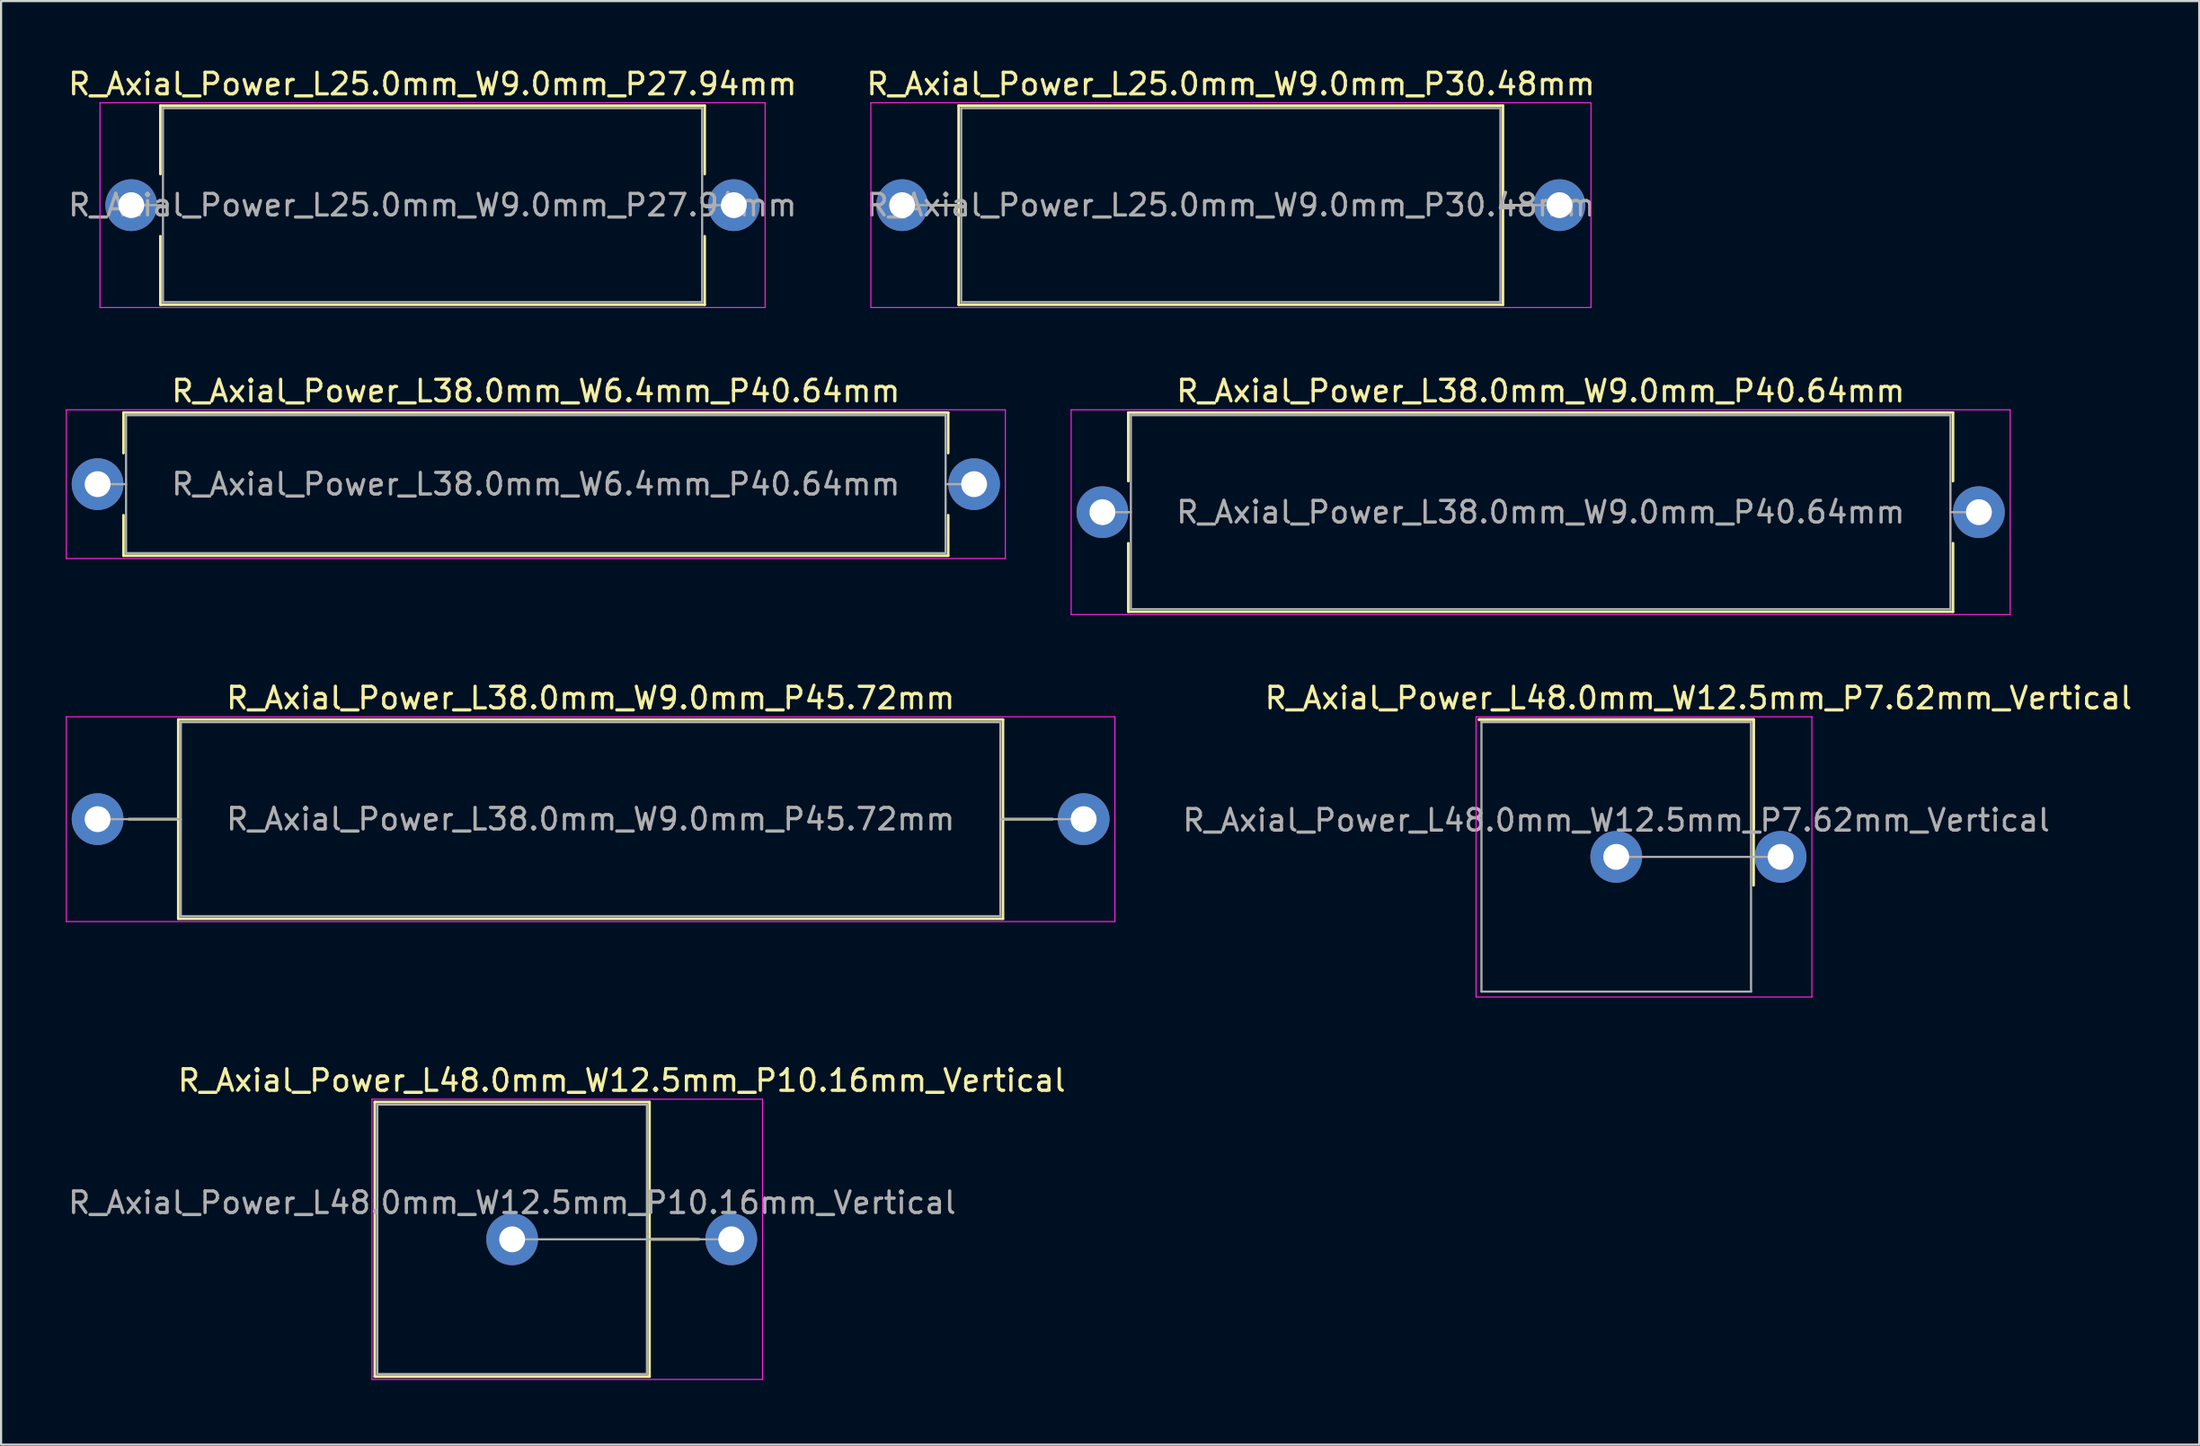
<source format=kicad_pcb>
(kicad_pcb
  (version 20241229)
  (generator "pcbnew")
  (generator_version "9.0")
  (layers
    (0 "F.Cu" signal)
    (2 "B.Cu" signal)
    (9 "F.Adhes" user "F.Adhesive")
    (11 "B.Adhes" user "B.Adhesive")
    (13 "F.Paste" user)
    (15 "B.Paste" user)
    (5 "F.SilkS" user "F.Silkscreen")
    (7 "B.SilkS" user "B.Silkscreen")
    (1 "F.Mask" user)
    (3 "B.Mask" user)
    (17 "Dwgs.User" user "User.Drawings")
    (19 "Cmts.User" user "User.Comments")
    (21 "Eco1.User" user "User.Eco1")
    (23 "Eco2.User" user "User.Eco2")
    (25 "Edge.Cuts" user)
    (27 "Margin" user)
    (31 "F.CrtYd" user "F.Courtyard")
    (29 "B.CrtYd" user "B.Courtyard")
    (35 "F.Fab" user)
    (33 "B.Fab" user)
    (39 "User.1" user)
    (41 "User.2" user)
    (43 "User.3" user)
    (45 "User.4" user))
  (footprint "R_Axial_Power_L48.0mm_W12.5mm_P7.62mm_Vertical"
    (layer "F.Cu")
    (at 71.89 36.705)
    (property "Reference" "R_Axial_Power_L48.0mm_W12.5mm_P7.62mm_Vertical" (at 3.81 -7.37 0) (layer "F.SilkS") (effects (font (size 1 1) (thickness 0.15))))
    (attr through_hole)
    (fp_line (start -6.37 -6.37) (end 6.37 -6.37) (stroke (width 0.12) (type solid)) (layer "F.SilkS"))
    (fp_line (start 6.37 -6.37) (end -6.37 -6.37) (stroke (width 0.12) (type solid)) (layer "F.SilkS"))
    (fp_line (start 6.37 -6.37) (end 6.37 1.32) (stroke (width 0.12) (type solid)) (layer "F.SilkS"))
    (fp_line (start 6.37 -1.32) (end 6.37 -6.37) (stroke (width 0.12) (type solid)) (layer "F.SilkS"))
    (fp_line (start -6.5 -6.5) (end -6.5 6.5) (stroke (width 0.05) (type solid)) (layer "F.CrtYd"))
    (fp_line (start -6.5 6.5) (end 9.07 6.5) (stroke (width 0.05) (type solid)) (layer "F.CrtYd"))
    (fp_line (start 9.07 -6.5) (end -6.5 -6.5) (stroke (width 0.05) (type solid)) (layer "F.CrtYd"))
    (fp_line (start 9.07 6.5) (end 9.07 -6.5) (stroke (width 0.05) (type solid)) (layer "F.CrtYd"))
    (fp_line (start -6.25 -6.25) (end -6.25 6.25) (stroke (width 0.1) (type solid)) (layer "F.Fab"))
    (fp_line (start -6.25 6.25) (end 6.25 6.25) (stroke (width 0.1) (type solid)) (layer "F.Fab"))
    (fp_line (start 0 0) (end 7.62 0) (stroke (width 0.1) (type solid)) (layer "F.Fab"))
    (fp_line (start 6.25 -6.25) (end -6.25 -6.25) (stroke (width 0.1) (type solid)) (layer "F.Fab"))
    (fp_line (start 6.25 6.25) (end 6.25 -6.25) (stroke (width 0.1) (type solid)) (layer "F.Fab"))
    (fp_text user "${REFERENCE}" (at 0 -1.7 0) (layer "F.Fab") (effects (font (size 1 1) (thickness 0.15))))
    (pad "1" thru_hole circle (at 0 0) (size 2.4 2.4) (drill 1.2) (layers "*.Cu" "*.Mask"))
    (pad "2" thru_hole oval (at 7.62 0) (size 2.4 2.4) (drill 1.2) (layers "*.Cu" "*.Mask")))
  (footprint "R_Axial_Power_L25.0mm_W9.0mm_P27.94mm"
    (layer "F.Cu")
    (at 3.036 6.468)
    (property "Reference" "R_Axial_Power_L25.0mm_W9.0mm_P27.94mm" (at 13.97 -5.62 0) (layer "F.SilkS") (effects (font (size 1 1) (thickness 0.15))))
    (attr through_hole)
    (fp_line (start 1.35 -4.62) (end 26.59 -4.62) (stroke (width 0.12) (type solid)) (layer "F.SilkS"))
    (fp_line (start 1.35 -1.44) (end 1.35 -4.62) (stroke (width 0.12) (type solid)) (layer "F.SilkS"))
    (fp_line (start 1.35 1.44) (end 1.35 4.62) (stroke (width 0.12) (type solid)) (layer "F.SilkS"))
    (fp_line (start 1.35 4.62) (end 26.59 4.62) (stroke (width 0.12) (type solid)) (layer "F.SilkS"))
    (fp_line (start 26.59 -4.62) (end 26.59 -1.44) (stroke (width 0.12) (type solid)) (layer "F.SilkS"))
    (fp_line (start 26.59 4.62) (end 26.59 1.44) (stroke (width 0.12) (type solid)) (layer "F.SilkS"))
    (fp_line (start -1.45 -4.75) (end -1.45 4.75) (stroke (width 0.05) (type solid)) (layer "F.CrtYd"))
    (fp_line (start -1.45 4.75) (end 29.39 4.75) (stroke (width 0.05) (type solid)) (layer "F.CrtYd"))
    (fp_line (start 29.39 -4.75) (end -1.45 -4.75) (stroke (width 0.05) (type solid)) (layer "F.CrtYd"))
    (fp_line (start 29.39 4.75) (end 29.39 -4.75) (stroke (width 0.05) (type solid)) (layer "F.CrtYd"))
    (fp_line (start 0 0) (end 1.47 0) (stroke (width 0.1) (type solid)) (layer "F.Fab"))
    (fp_line (start 1.47 -4.5) (end 1.47 4.5) (stroke (width 0.1) (type solid)) (layer "F.Fab"))
    (fp_line (start 1.47 4.5) (end 26.47 4.5) (stroke (width 0.1) (type solid)) (layer "F.Fab"))
    (fp_line (start 26.47 -4.5) (end 1.47 -4.5) (stroke (width 0.1) (type solid)) (layer "F.Fab"))
    (fp_line (start 26.47 4.5) (end 26.47 -4.5) (stroke (width 0.1) (type solid)) (layer "F.Fab"))
    (fp_line (start 27.94 0) (end 26.47 0) (stroke (width 0.1) (type solid)) (layer "F.Fab"))
    (fp_text user "${REFERENCE}" (at 13.97 0 0) (layer "F.Fab") (effects (font (size 1 1) (thickness 0.15))))
    (pad "1" thru_hole circle (at 0 0) (size 2.4 2.4) (drill 1.2) (layers "*.Cu" "*.Mask"))
    (pad "2" thru_hole oval (at 27.94 0) (size 2.4 2.4) (drill 1.2) (layers "*.Cu" "*.Mask")))
  (footprint "R_Axial_Power_L38.0mm_W9.0mm_P45.72mm"
    (layer "F.Cu")
    (at 1.475 34.955)
    (property "Reference" "R_Axial_Power_L38.0mm_W9.0mm_P45.72mm" (at 22.86 -5.62 0) (layer "F.SilkS") (effects (font (size 1 1) (thickness 0.15))))
    (attr through_hole)
    (fp_line (start 1.44 0) (end 3.74 0) (stroke (width 0.12) (type solid)) (layer "F.SilkS"))
    (fp_line (start 3.74 -4.62) (end 3.74 4.62) (stroke (width 0.12) (type solid)) (layer "F.SilkS"))
    (fp_line (start 3.74 4.62) (end 41.98 4.62) (stroke (width 0.12) (type solid)) (layer "F.SilkS"))
    (fp_line (start 41.98 -4.62) (end 3.74 -4.62) (stroke (width 0.12) (type solid)) (layer "F.SilkS"))
    (fp_line (start 41.98 4.62) (end 41.98 -4.62) (stroke (width 0.12) (type solid)) (layer "F.SilkS"))
    (fp_line (start 44.28 0) (end 41.98 0) (stroke (width 0.12) (type solid)) (layer "F.SilkS"))
    (fp_line (start -1.45 -4.75) (end -1.45 4.75) (stroke (width 0.05) (type solid)) (layer "F.CrtYd"))
    (fp_line (start -1.45 4.75) (end 47.17 4.75) (stroke (width 0.05) (type solid)) (layer "F.CrtYd"))
    (fp_line (start 47.17 -4.75) (end -1.45 -4.75) (stroke (width 0.05) (type solid)) (layer "F.CrtYd"))
    (fp_line (start 47.17 4.75) (end 47.17 -4.75) (stroke (width 0.05) (type solid)) (layer "F.CrtYd"))
    (fp_line (start 0 0) (end 3.86 0) (stroke (width 0.1) (type solid)) (layer "F.Fab"))
    (fp_line (start 3.86 -4.5) (end 3.86 4.5) (stroke (width 0.1) (type solid)) (layer "F.Fab"))
    (fp_line (start 3.86 4.5) (end 41.86 4.5) (stroke (width 0.1) (type solid)) (layer "F.Fab"))
    (fp_line (start 41.86 -4.5) (end 3.86 -4.5) (stroke (width 0.1) (type solid)) (layer "F.Fab"))
    (fp_line (start 41.86 4.5) (end 41.86 -4.5) (stroke (width 0.1) (type solid)) (layer "F.Fab"))
    (fp_line (start 45.72 0) (end 41.86 0) (stroke (width 0.1) (type solid)) (layer "F.Fab"))
    (fp_text user "${REFERENCE}" (at 22.86 0 0) (layer "F.Fab") (effects (font (size 1 1) (thickness 0.15))))
    (pad "1" thru_hole circle (at 0 0) (size 2.4 2.4) (drill 1.2) (layers "*.Cu" "*.Mask"))
    (pad "2" thru_hole oval (at 45.72 0) (size 2.4 2.4) (drill 1.2) (layers "*.Cu" "*.Mask")))
  (footprint "R_Axial_Power_L38.0mm_W6.4mm_P40.64mm"
    (layer "F.Cu")
    (at 1.475 19.412)
    (property "Reference" "R_Axial_Power_L38.0mm_W6.4mm_P40.64mm" (at 20.32 -4.32 0) (layer "F.SilkS") (effects (font (size 1 1) (thickness 0.15))))
    (attr through_hole)
    (fp_line (start 1.2 -3.32) (end 39.44 -3.32) (stroke (width 0.12) (type solid)) (layer "F.SilkS"))
    (fp_line (start 1.2 -1.44) (end 1.2 -3.32) (stroke (width 0.12) (type solid)) (layer "F.SilkS"))
    (fp_line (start 1.2 1.44) (end 1.2 3.32) (stroke (width 0.12) (type solid)) (layer "F.SilkS"))
    (fp_line (start 1.2 3.32) (end 39.44 3.32) (stroke (width 0.12) (type solid)) (layer "F.SilkS"))
    (fp_line (start 39.44 -3.32) (end 39.44 -1.44) (stroke (width 0.12) (type solid)) (layer "F.SilkS"))
    (fp_line (start 39.44 3.32) (end 39.44 1.44) (stroke (width 0.12) (type solid)) (layer "F.SilkS"))
    (fp_line (start -1.45 -3.45) (end -1.45 3.45) (stroke (width 0.05) (type solid)) (layer "F.CrtYd"))
    (fp_line (start -1.45 3.45) (end 42.09 3.45) (stroke (width 0.05) (type solid)) (layer "F.CrtYd"))
    (fp_line (start 42.09 -3.45) (end -1.45 -3.45) (stroke (width 0.05) (type solid)) (layer "F.CrtYd"))
    (fp_line (start 42.09 3.45) (end 42.09 -3.45) (stroke (width 0.05) (type solid)) (layer "F.CrtYd"))
    (fp_line (start 0 0) (end 1.32 0) (stroke (width 0.1) (type solid)) (layer "F.Fab"))
    (fp_line (start 1.32 -3.2) (end 1.32 3.2) (stroke (width 0.1) (type solid)) (layer "F.Fab"))
    (fp_line (start 1.32 3.2) (end 39.32 3.2) (stroke (width 0.1) (type solid)) (layer "F.Fab"))
    (fp_line (start 39.32 -3.2) (end 1.32 -3.2) (stroke (width 0.1) (type solid)) (layer "F.Fab"))
    (fp_line (start 39.32 3.2) (end 39.32 -3.2) (stroke (width 0.1) (type solid)) (layer "F.Fab"))
    (fp_line (start 40.64 0) (end 39.32 0) (stroke (width 0.1) (type solid)) (layer "F.Fab"))
    (fp_text user "${REFERENCE}" (at 20.32 0 0) (layer "F.Fab") (effects (font (size 1 1) (thickness 0.15))))
    (pad "1" thru_hole circle (at 0 0) (size 2.4 2.4) (drill 1.2) (layers "*.Cu" "*.Mask"))
    (pad "2" thru_hole oval (at 40.64 0) (size 2.4 2.4) (drill 1.2) (layers "*.Cu" "*.Mask")))
  (footprint "R_Axial_Power_L48.0mm_W12.5mm_P10.16mm_Vertical"
    (layer "F.Cu")
    (at 20.696 54.448)
    (property "Reference" "R_Axial_Power_L48.0mm_W12.5mm_P10.16mm_Vertical" (at 5.08 -7.37 0) (layer "F.SilkS") (effects (font (size 1 1) (thickness 0.15))))
    (attr through_hole)
    (fp_line (start -6.37 -6.37) (end -6.37 6.37) (stroke (width 0.12) (type solid)) (layer "F.SilkS"))
    (fp_line (start -6.37 6.37) (end 6.37 6.37) (stroke (width 0.12) (type solid)) (layer "F.SilkS"))
    (fp_line (start 6.37 -6.37) (end -6.37 -6.37) (stroke (width 0.12) (type solid)) (layer "F.SilkS"))
    (fp_line (start 6.37 0) (end 8.66 0) (stroke (width 0.12) (type solid)) (layer "F.SilkS"))
    (fp_line (start 6.37 6.37) (end 6.37 -6.37) (stroke (width 0.12) (type solid)) (layer "F.SilkS"))
    (fp_line (start -6.5 -6.5) (end -6.5 6.5) (stroke (width 0.05) (type solid)) (layer "F.CrtYd"))
    (fp_line (start -6.5 6.5) (end 11.61 6.5) (stroke (width 0.05) (type solid)) (layer "F.CrtYd"))
    (fp_line (start 11.61 -6.5) (end -6.5 -6.5) (stroke (width 0.05) (type solid)) (layer "F.CrtYd"))
    (fp_line (start 11.61 6.5) (end 11.61 -6.5) (stroke (width 0.05) (type solid)) (layer "F.CrtYd"))
    (fp_line (start -6.25 -6.25) (end -6.25 6.25) (stroke (width 0.1) (type solid)) (layer "F.Fab"))
    (fp_line (start -6.25 6.25) (end 6.25 6.25) (stroke (width 0.1) (type solid)) (layer "F.Fab"))
    (fp_line (start 0 0) (end 10.16 0) (stroke (width 0.1) (type solid)) (layer "F.Fab"))
    (fp_line (start 6.25 -6.25) (end -6.25 -6.25) (stroke (width 0.1) (type solid)) (layer "F.Fab"))
    (fp_line (start 6.25 6.25) (end 6.25 -6.25) (stroke (width 0.1) (type solid)) (layer "F.Fab"))
    (fp_text user "${REFERENCE}" (at 0 -1.7 0) (layer "F.Fab") (effects (font (size 1 1) (thickness 0.15))))
    (pad "1" thru_hole circle (at 0 0) (size 2.4 2.4) (drill 1.2) (layers "*.Cu" "*.Mask"))
    (pad "2" thru_hole oval (at 10.16 0) (size 2.4 2.4) (drill 1.2) (layers "*.Cu" "*.Mask")))
  (footprint "R_Axial_Power_L38.0mm_W9.0mm_P40.64mm"
    (layer "F.Cu")
    (at 48.065 20.712)
    (property "Reference" "R_Axial_Power_L38.0mm_W9.0mm_P40.64mm" (at 20.32 -5.62 0) (layer "F.SilkS") (effects (font (size 1 1) (thickness 0.15))))
    (attr through_hole)
    (fp_line (start 1.2 -4.62) (end 39.44 -4.62) (stroke (width 0.12) (type solid)) (layer "F.SilkS"))
    (fp_line (start 1.2 -1.44) (end 1.2 -4.62) (stroke (width 0.12) (type solid)) (layer "F.SilkS"))
    (fp_line (start 1.2 1.44) (end 1.2 4.62) (stroke (width 0.12) (type solid)) (layer "F.SilkS"))
    (fp_line (start 1.2 4.62) (end 39.44 4.62) (stroke (width 0.12) (type solid)) (layer "F.SilkS"))
    (fp_line (start 39.44 -4.62) (end 39.44 -1.44) (stroke (width 0.12) (type solid)) (layer "F.SilkS"))
    (fp_line (start 39.44 4.62) (end 39.44 1.44) (stroke (width 0.12) (type solid)) (layer "F.SilkS"))
    (fp_line (start -1.45 -4.75) (end -1.45 4.75) (stroke (width 0.05) (type solid)) (layer "F.CrtYd"))
    (fp_line (start -1.45 4.75) (end 42.09 4.75) (stroke (width 0.05) (type solid)) (layer "F.CrtYd"))
    (fp_line (start 42.09 -4.75) (end -1.45 -4.75) (stroke (width 0.05) (type solid)) (layer "F.CrtYd"))
    (fp_line (start 42.09 4.75) (end 42.09 -4.75) (stroke (width 0.05) (type solid)) (layer "F.CrtYd"))
    (fp_line (start 0 0) (end 1.32 0) (stroke (width 0.1) (type solid)) (layer "F.Fab"))
    (fp_line (start 1.32 -4.5) (end 1.32 4.5) (stroke (width 0.1) (type solid)) (layer "F.Fab"))
    (fp_line (start 1.32 4.5) (end 39.32 4.5) (stroke (width 0.1) (type solid)) (layer "F.Fab"))
    (fp_line (start 39.32 -4.5) (end 1.32 -4.5) (stroke (width 0.1) (type solid)) (layer "F.Fab"))
    (fp_line (start 39.32 4.5) (end 39.32 -4.5) (stroke (width 0.1) (type solid)) (layer "F.Fab"))
    (fp_line (start 40.64 0) (end 39.32 0) (stroke (width 0.1) (type solid)) (layer "F.Fab"))
    (fp_text user "${REFERENCE}" (at 20.32 0 0) (layer "F.Fab") (effects (font (size 1 1) (thickness 0.15))))
    (pad "1" thru_hole circle (at 0 0) (size 2.4 2.4) (drill 1.2) (layers "*.Cu" "*.Mask"))
    (pad "2" thru_hole oval (at 40.64 0) (size 2.4 2.4) (drill 1.2) (layers "*.Cu" "*.Mask")))
  (footprint "R_Axial_Power_L25.0mm_W9.0mm_P30.48mm"
    (layer "F.Cu")
    (at 38.778 6.468)
    (property "Reference" "R_Axial_Power_L25.0mm_W9.0mm_P30.48mm" (at 15.24 -5.62 0) (layer "F.SilkS") (effects (font (size 1 1) (thickness 0.15))))
    (attr through_hole)
    (fp_line (start 1.44 0) (end 2.62 0) (stroke (width 0.12) (type solid)) (layer "F.SilkS"))
    (fp_line (start 2.62 -4.62) (end 2.62 4.62) (stroke (width 0.12) (type solid)) (layer "F.SilkS"))
    (fp_line (start 2.62 4.62) (end 27.86 4.62) (stroke (width 0.12) (type solid)) (layer "F.SilkS"))
    (fp_line (start 27.86 -4.62) (end 2.62 -4.62) (stroke (width 0.12) (type solid)) (layer "F.SilkS"))
    (fp_line (start 27.86 4.62) (end 27.86 -4.62) (stroke (width 0.12) (type solid)) (layer "F.SilkS"))
    (fp_line (start 29.04 0) (end 27.86 0) (stroke (width 0.12) (type solid)) (layer "F.SilkS"))
    (fp_line (start -1.45 -4.75) (end -1.45 4.75) (stroke (width 0.05) (type solid)) (layer "F.CrtYd"))
    (fp_line (start -1.45 4.75) (end 31.94 4.75) (stroke (width 0.05) (type solid)) (layer "F.CrtYd"))
    (fp_line (start 31.94 -4.75) (end -1.45 -4.75) (stroke (width 0.05) (type solid)) (layer "F.CrtYd"))
    (fp_line (start 31.94 4.75) (end 31.94 -4.75) (stroke (width 0.05) (type solid)) (layer "F.CrtYd"))
    (fp_line (start 0 0) (end 2.74 0) (stroke (width 0.1) (type solid)) (layer "F.Fab"))
    (fp_line (start 2.74 -4.5) (end 2.74 4.5) (stroke (width 0.1) (type solid)) (layer "F.Fab"))
    (fp_line (start 2.74 4.5) (end 27.74 4.5) (stroke (width 0.1) (type solid)) (layer "F.Fab"))
    (fp_line (start 27.74 -4.5) (end 2.74 -4.5) (stroke (width 0.1) (type solid)) (layer "F.Fab"))
    (fp_line (start 27.74 4.5) (end 27.74 -4.5) (stroke (width 0.1) (type solid)) (layer "F.Fab"))
    (fp_line (start 30.48 0) (end 27.74 0) (stroke (width 0.1) (type solid)) (layer "F.Fab"))
    (fp_text user "${REFERENCE}" (at 15.24 0 0) (layer "F.Fab") (effects (font (size 1 1) (thickness 0.15))))
    (pad "1" thru_hole circle (at 0 0) (size 2.4 2.4) (drill 1.2) (layers "*.Cu" "*.Mask"))
    (pad "2" thru_hole oval (at 30.48 0) (size 2.4 2.4) (drill 1.2) (layers "*.Cu" "*.Mask")))
  (gr_rect
    (start -3 -3)
    (end 98.92 63.973)
    (stroke (width 0.1) (type default))
    (fill no)
    (layer "Edge.Cuts")))
</source>
